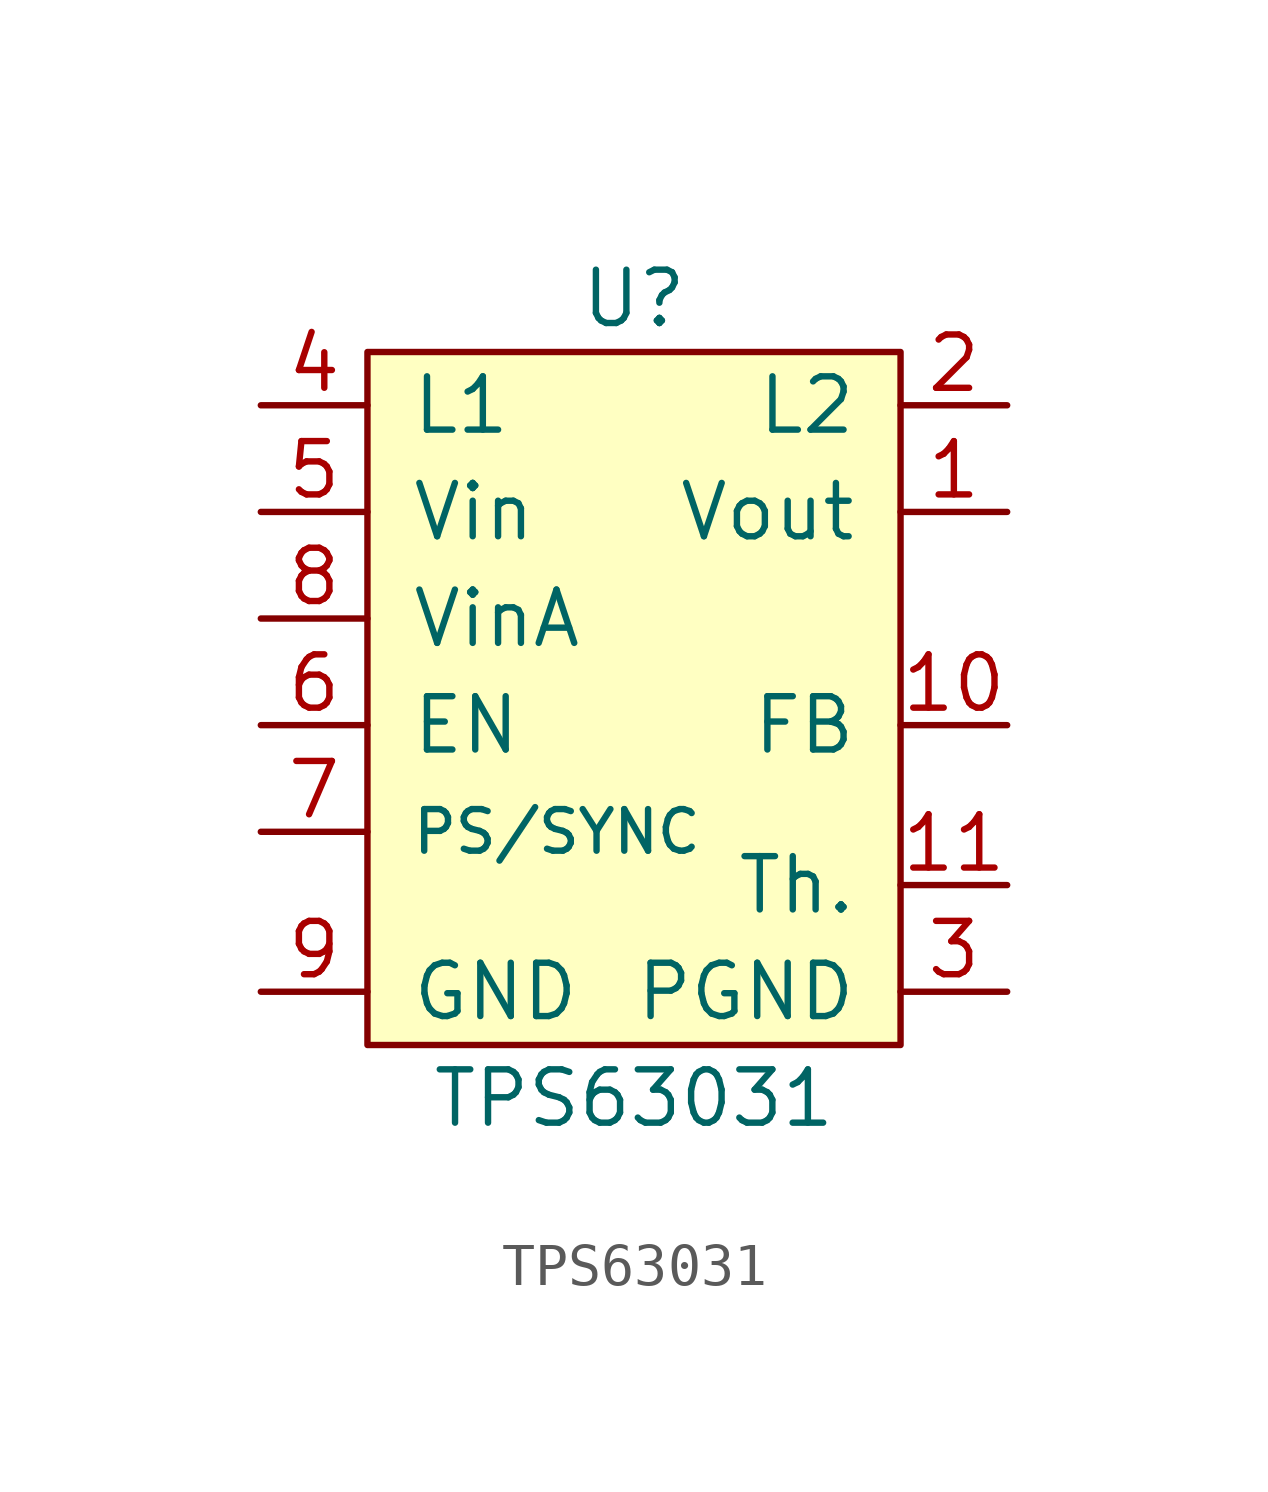
<source format=kicad_sym>
(kicad_symbol_lib
  (version 20211014)
  (generator kicad_symbol_editor)
  (symbol "TPS63031"
    (pin_names
      (offset 1.016))
    (property "Reference" "U"
      (at 0 10.16 0)
      (effects (font (size 1.27 1.27))))
    (property "Value" "TPS63031"
      (at 0 -8.89 0)
      (effects (font (size 1.27 1.27))))
    (symbol "TPS63031_0_1"
      (rectangle (start -6.35 8.89) (end 6.35 -7.62) (stroke (width 0) (type default) (color 0 0 0 0)) (fill (type background))))
    (symbol "TPS63031_1_1"
      (pin input line (at 8.89 5.08 180) (length 2.54) (name "Vout" (effects (font (size 1.27 1.27)))) (number "1" (effects (font (size 1.27 1.27)))))
      (pin input line (at 8.89 0 180) (length 2.54) (name "FB" (effects (font (size 1.27 1.27)))) (number "10" (effects (font (size 1.27 1.27)))))
      (pin input line (at 8.89 -3.81 180) (length 2.54) (name "Th." (effects (font (size 1.27 1.27)))) (number "11" (effects (font (size 1.27 1.27)))))
      (pin input line (at 8.89 7.62 180) (length 2.54) (name "L2" (effects (font (size 1.27 1.27)))) (number "2" (effects (font (size 1.27 1.27)))))
      (pin input line (at 8.89 -6.35 180) (length 2.54) (name "PGND" (effects (font (size 1.27 1.27)))) (number "3" (effects (font (size 1.27 1.27)))))
      (pin input line (at -8.89 7.62 0) (length 2.54) (name "L1" (effects (font (size 1.27 1.27)))) (number "4" (effects (font (size 1.27 1.27)))))
      (pin input line (at -8.89 5.08 0) (length 2.54) (name "Vin" (effects (font (size 1.27 1.27)))) (number "5" (effects (font (size 1.27 1.27)))))
      (pin input line (at -8.89 0 0) (length 2.54) (name "EN" (effects (font (size 1.27 1.27)))) (number "6" (effects (font (size 1.27 1.27)))))
      (pin input line (at -8.89 -2.54 0) (length 2.54) (name "PS/SYNC" (effects (font (size 0.991 0.991)))) (number "7" (effects (font (size 1.27 1.27)))))
      (pin input line (at -8.89 2.54 0) (length 2.54) (name "VinA" (effects (font (size 1.27 1.27)))) (number "8" (effects (font (size 1.27 1.27)))))
      (pin input line (at -8.89 -6.35 0) (length 2.54) (name "GND" (effects (font (size 1.27 1.27)))) (number "9" (effects (font (size 1.27 1.27))))))))
</source>
